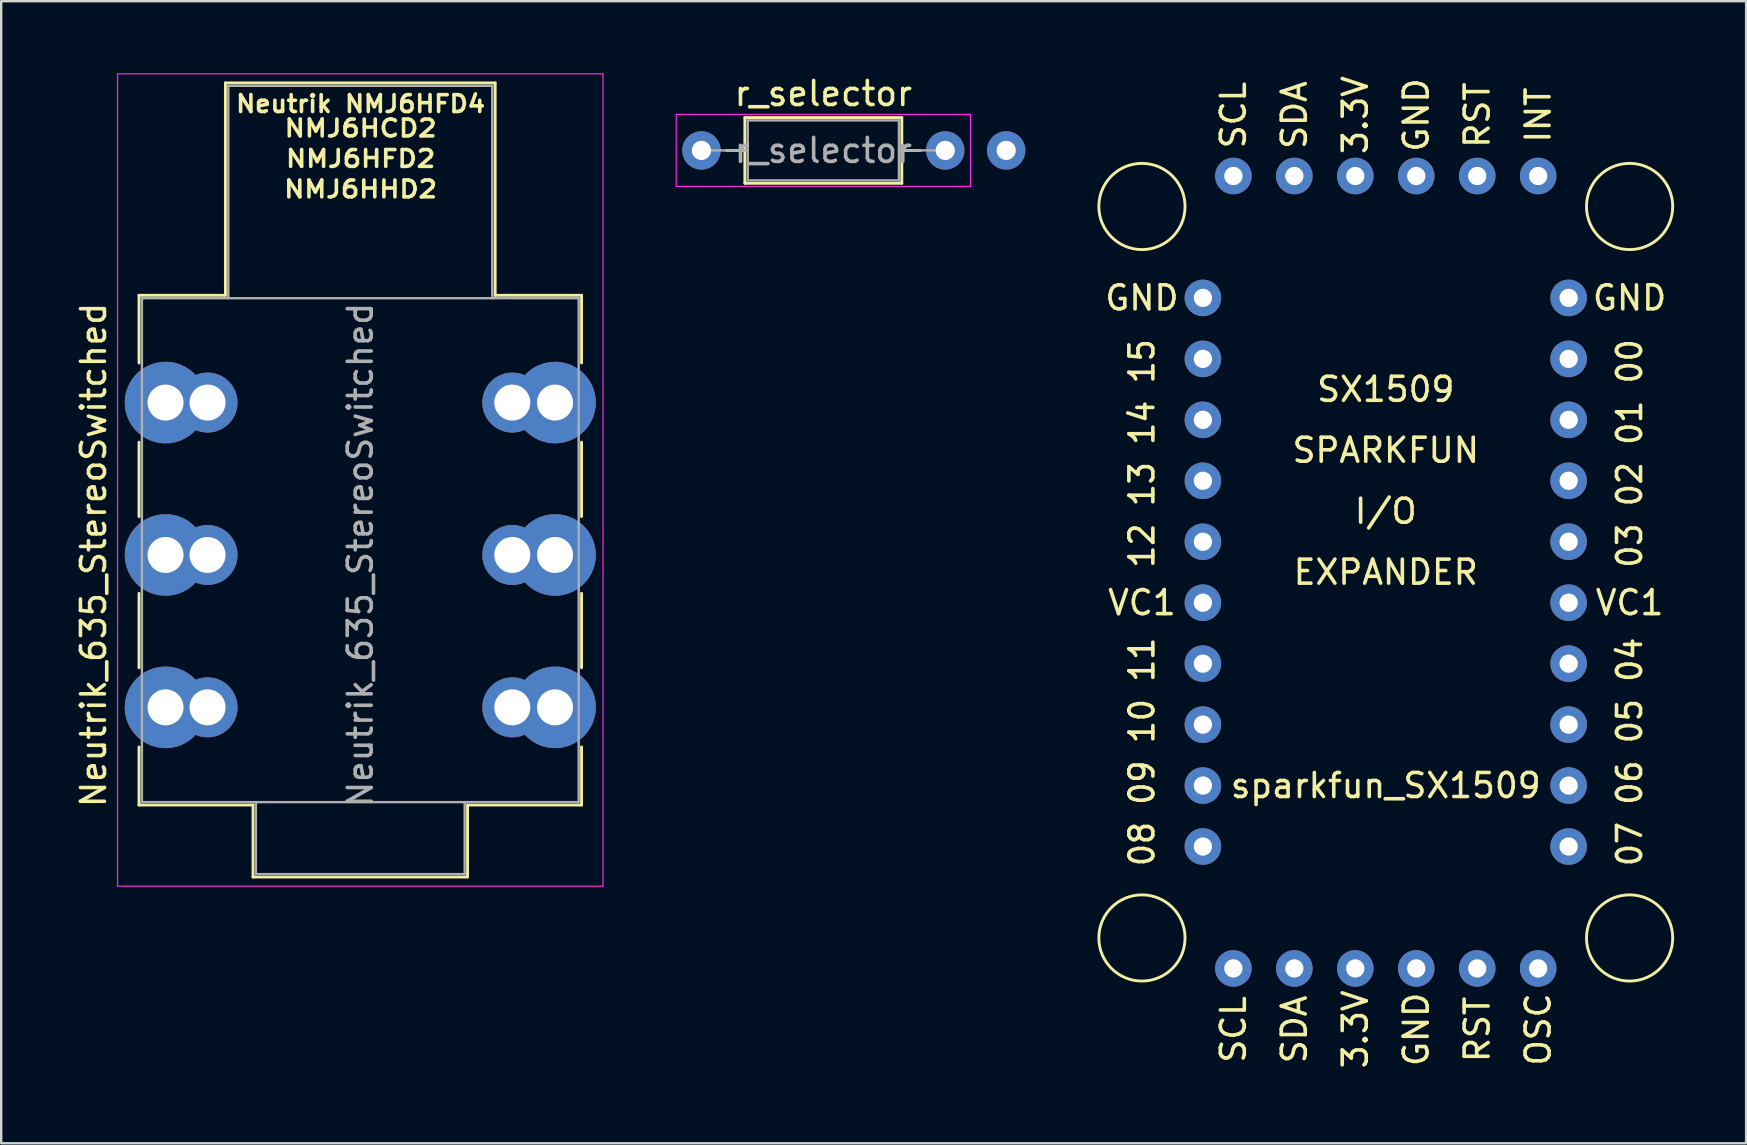
<source format=kicad_pcb>
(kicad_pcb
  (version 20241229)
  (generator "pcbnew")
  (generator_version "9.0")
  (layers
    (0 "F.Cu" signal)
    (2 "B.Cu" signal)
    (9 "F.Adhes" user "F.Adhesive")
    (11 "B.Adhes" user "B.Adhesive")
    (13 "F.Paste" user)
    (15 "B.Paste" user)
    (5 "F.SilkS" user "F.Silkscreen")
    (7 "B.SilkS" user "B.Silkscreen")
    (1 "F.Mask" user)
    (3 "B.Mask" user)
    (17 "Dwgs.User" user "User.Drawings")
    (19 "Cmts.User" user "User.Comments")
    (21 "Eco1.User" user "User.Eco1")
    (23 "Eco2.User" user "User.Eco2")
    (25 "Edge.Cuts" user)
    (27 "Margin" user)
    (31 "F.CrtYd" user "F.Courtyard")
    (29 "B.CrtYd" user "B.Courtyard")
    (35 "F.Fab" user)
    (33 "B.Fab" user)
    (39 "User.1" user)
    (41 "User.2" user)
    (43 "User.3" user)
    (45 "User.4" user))
  (footprint "sparkfun_SX1509"
    (layer "F.Cu")
    (at 53.424 39.844)
    (property "Reference" "sparkfun_SX1509" (at 1.27 -10.16 0) (layer "F.SilkS") (effects (font (size 1 1) (thickness 0.15))))
    (attr through_hole)
    (fp_circle (center -8.89 -34.29) (end -7.62 -33.02) (stroke (width 0.12) (type solid)) (fill no) (layer "F.SilkS"))
    (fp_circle (center -8.89 -3.81) (end -7.62 -2.54) (stroke (width 0.12) (type solid)) (fill no) (layer "F.SilkS"))
    (fp_circle (center 11.43 -34.29) (end 12.7 -33.02) (stroke (width 0.12) (type solid)) (fill no) (layer "F.SilkS"))
    (fp_circle (center 11.43 -3.81) (end 12.7 -2.54) (stroke (width 0.12) (type solid)) (fill no) (layer "F.SilkS"))
    (fp_text user "I/O" (at 1.27 -21.59 0) (layer "F.SilkS") (effects (font (size 1 1) (thickness 0.15))))
    (fp_text user "SCL" (at -5.08 -38.1 90) (layer "F.SilkS") (effects (font (size 1 1) (thickness 0.15))))
    (fp_text user "SPARKFUN" (at 1.27 -24.13 0) (layer "F.SilkS") (effects (font (size 1 1) (thickness 0.15))))
    (fp_text user "INT" (at 7.62 -38.1 90) (layer "F.SilkS") (effects (font (size 1 1) (thickness 0.15))))
    (fp_text user "VC1" (at -8.89 -17.78 0) (layer "F.SilkS") (effects (font (size 1 1) (thickness 0.15))))
    (fp_text user "RST" (at 5.08 0 90) (layer "F.SilkS") (effects (font (size 1 1) (thickness 0.15))))
    (fp_text user "08 09 10 11    12 13 14 15" (at -8.89 -17.78 90) (layer "F.SilkS") (effects (font (size 1 0.96) (thickness 0.15))))
    (fp_text user "07 06 05 04    03 02 01 00" (at 11.43 -17.78 270) (layer "F.SilkS") (effects (font (size 1 0.96) (thickness 0.15))))
    (fp_text user "RST" (at 5.08 -38.1 90) (layer "F.SilkS") (effects (font (size 1 1) (thickness 0.15))))
    (fp_text user "SDA" (at -2.54 -38.1 90) (layer "F.SilkS") (effects (font (size 1 1) (thickness 0.15))))
    (fp_text user "SCL" (at -5.08 0 90) (layer "F.SilkS") (effects (font (size 1 1) (thickness 0.15))))
    (fp_text user "SX1509" (at 1.27 -26.67 0) (layer "F.SilkS") (effects (font (size 1 1) (thickness 0.15))))
    (fp_text user "VC1" (at 11.43 -17.78 0) (layer "F.SilkS") (effects (font (size 1 1) (thickness 0.15))))
    (fp_text user "GND" (at -8.89 -30.48 0) (layer "F.SilkS") (effects (font (size 1 1) (thickness 0.15))))
    (fp_text user "GND" (at 2.54 0 90) (layer "F.SilkS") (effects (font (size 1 1) (thickness 0.15))))
    (fp_text user "SDA" (at -2.54 0 90) (layer "F.SilkS") (effects (font (size 1 1) (thickness 0.15))))
    (fp_text user "GND" (at 11.43 -30.48 0) (layer "F.SilkS") (effects (font (size 1 1) (thickness 0.15))))
    (fp_text user "EXPANDER" (at 1.27 -19.05 0) (layer "F.SilkS") (effects (font (size 1 1) (thickness 0.15))))
    (fp_text user "GND" (at 2.54 -38.1 90) (layer "F.SilkS") (effects (font (size 1 1) (thickness 0.15))))
    (fp_text user "3.3V" (at 0 -38.1 90) (layer "F.SilkS") (effects (font (size 1 1) (thickness 0.15))))
    (fp_text user "3.3V" (at 0 0 90) (layer "F.SilkS") (effects (font (size 1 1) (thickness 0.15))))
    (fp_text user "OSC" (at 7.62 0 90) (layer "F.SilkS") (effects (font (size 1 1) (thickness 0.15))))
    (pad "0" thru_hole circle (at 8.89 -27.94) (size 1.524 1.524) (drill 0.762) (layers "*.Cu" "*.Mask"))
    (pad "1" thru_hole circle (at 8.89 -25.4) (size 1.524 1.524) (drill 0.762) (layers "*.Cu" "*.Mask"))
    (pad "2" thru_hole circle (at 8.89 -22.86) (size 1.524 1.524) (drill 0.762) (layers "*.Cu" "*.Mask"))
    (pad "3" thru_hole circle (at 8.89 -20.32) (size 1.524 1.524) (drill 0.762) (layers "*.Cu" "*.Mask"))
    (pad "4" thru_hole circle (at 8.89 -15.24) (size 1.524 1.524) (drill 0.762) (layers "*.Cu" "*.Mask"))
    (pad "5" thru_hole circle (at 8.89 -12.7) (size 1.524 1.524) (drill 0.762) (layers "*.Cu" "*.Mask"))
    (pad "6" thru_hole circle (at 8.89 -10.16) (size 1.524 1.524) (drill 0.762) (layers "*.Cu" "*.Mask"))
    (pad "7" thru_hole circle (at 8.89 -7.62) (size 1.524 1.524) (drill 0.762) (layers "*.Cu" "*.Mask"))
    (pad "8" thru_hole circle (at -6.35 -7.62) (size 1.524 1.524) (drill 0.762) (layers "*.Cu" "*.Mask"))
    (pad "9" thru_hole circle (at -6.35 -10.16) (size 1.524 1.524) (drill 0.762) (layers "*.Cu" "*.Mask"))
    (pad "10" thru_hole circle (at -6.35 -12.7) (size 1.524 1.524) (drill 0.762) (layers "*.Cu" "*.Mask"))
    (pad "11" thru_hole circle (at -6.35 -15.24) (size 1.524 1.524) (drill 0.762) (layers "*.Cu" "*.Mask"))
    (pad "12" thru_hole circle (at -6.35 -20.32) (size 1.524 1.524) (drill 0.762) (layers "*.Cu" "*.Mask"))
    (pad "13" thru_hole circle (at -6.35 -22.86) (size 1.524 1.524) (drill 0.762) (layers "*.Cu" "*.Mask"))
    (pad "14" thru_hole circle (at -6.35 -25.4) (size 1.524 1.524) (drill 0.762) (layers "*.Cu" "*.Mask"))
    (pad "15" thru_hole circle (at -6.35 -27.94) (size 1.524 1.524) (drill 0.762) (layers "*.Cu" "*.Mask"))
    (pad "21" thru_hole circle (at -5.08 -35.56) (size 1.524 1.524) (drill 0.762) (layers "*.Cu" "*.Mask"))
    (pad "22" thru_hole circle (at -2.54 -35.56) (size 1.524 1.524) (drill 0.762) (layers "*.Cu" "*.Mask"))
    (pad "23" thru_hole circle (at 0 -35.56) (size 1.524 1.524) (drill 0.762) (layers "*.Cu" "*.Mask"))
    (pad "24" thru_hole circle (at 2.54 -35.56) (size 1.524 1.524) (drill 0.762) (layers "*.Cu" "*.Mask"))
    (pad "25" thru_hole circle (at 5.08 -35.56) (size 1.524 1.524) (drill 0.762) (layers "*.Cu" "*.Mask"))
    (pad "26" thru_hole circle (at 7.62 -35.56) (size 1.524 1.524) (drill 0.762) (layers "*.Cu" "*.Mask"))
    (pad "31" thru_hole circle (at -5.08 -2.54) (size 1.524 1.524) (drill 0.762) (layers "*.Cu" "*.Mask"))
    (pad "32" thru_hole circle (at -2.54 -2.54) (size 1.524 1.524) (drill 0.762) (layers "*.Cu" "*.Mask"))
    (pad "33" thru_hole circle (at 0 -2.54) (size 1.524 1.524) (drill 0.762) (layers "*.Cu" "*.Mask"))
    (pad "34" thru_hole circle (at 2.54 -2.54) (size 1.524 1.524) (drill 0.762) (layers "*.Cu" "*.Mask"))
    (pad "35" thru_hole circle (at 5.08 -2.54) (size 1.524 1.524) (drill 0.762) (layers "*.Cu" "*.Mask"))
    (pad "36" thru_hole circle (at 7.62 -2.54) (size 1.524 1.524) (drill 0.762) (layers "*.Cu" "*.Mask"))
    (pad "41" thru_hole circle (at -6.35 -30.48) (size 1.524 1.524) (drill 0.762) (layers "*.Cu" "*.Mask"))
    (pad "42" thru_hole circle (at 8.89 -30.48) (size 1.524 1.524) (drill 0.762) (layers "*.Cu" "*.Mask"))
    (pad "43" thru_hole circle (at -6.35 -17.78) (size 1.524 1.524) (drill 0.762) (layers "*.Cu" "*.Mask"))
    (pad "44" thru_hole circle (at 8.89 -17.78) (size 1.524 1.524) (drill 0.762) (layers "*.Cu" "*.Mask")))
  (footprint "r_selector"
    (layer "F.Cu")
    (at 26.178 3.218)
    (property "Reference" "r_selector" (at 5.08 -2.37 0) (layer "F.SilkS") (effects (font (size 1 1) (thickness 0.15))))
    (attr through_hole)
    (fp_line (start 1.04 0) (end 1.81 0) (stroke (width 0.12) (type solid)) (layer "F.SilkS"))
    (fp_line (start 1.81 -1.37) (end 1.81 1.37) (stroke (width 0.12) (type solid)) (layer "F.SilkS"))
    (fp_line (start 1.81 1.37) (end 8.35 1.37) (stroke (width 0.12) (type solid)) (layer "F.SilkS"))
    (fp_line (start 8.35 -1.37) (end 1.81 -1.37) (stroke (width 0.12) (type solid)) (layer "F.SilkS"))
    (fp_line (start 8.35 1.37) (end 8.35 -1.37) (stroke (width 0.12) (type solid)) (layer "F.SilkS"))
    (fp_line (start 9.12 0) (end 8.35 0) (stroke (width 0.12) (type solid)) (layer "F.SilkS"))
    (fp_line (start -1.05 -1.5) (end -1.05 1.5) (stroke (width 0.05) (type solid)) (layer "F.CrtYd"))
    (fp_line (start -1.05 1.5) (end 11.21 1.5) (stroke (width 0.05) (type solid)) (layer "F.CrtYd"))
    (fp_line (start 11.21 -1.5) (end -1.05 -1.5) (stroke (width 0.05) (type solid)) (layer "F.CrtYd"))
    (fp_line (start 11.21 1.5) (end 11.21 -1.5) (stroke (width 0.05) (type solid)) (layer "F.CrtYd"))
    (fp_line (start 0 0) (end 1.93 0) (stroke (width 0.1) (type solid)) (layer "F.Fab"))
    (fp_line (start 1.93 -1.25) (end 1.93 1.25) (stroke (width 0.1) (type solid)) (layer "F.Fab"))
    (fp_line (start 1.93 1.25) (end 8.23 1.25) (stroke (width 0.1) (type solid)) (layer "F.Fab"))
    (fp_line (start 8.23 -1.25) (end 1.93 -1.25) (stroke (width 0.1) (type solid)) (layer "F.Fab"))
    (fp_line (start 8.23 1.25) (end 8.23 -1.25) (stroke (width 0.1) (type solid)) (layer "F.Fab"))
    (fp_line (start 10.16 0) (end 8.23 0) (stroke (width 0.1) (type solid)) (layer "F.Fab"))
    (fp_text user "${REFERENCE}" (at 5.08 0 0) (layer "F.Fab") (effects (font (size 1 1) (thickness 0.15))))
    (pad "1" thru_hole circle (at 0 0) (size 1.6 1.6) (drill 0.8) (layers "*.Cu" "*.Mask"))
    (pad "2" thru_hole oval (at 10.16 0) (size 1.6 1.6) (drill 0.8) (layers "*.Cu" "*.Mask"))
    (pad "3" thru_hole circle (at 12.7 0) (size 1.6 1.6) (drill 0.8) (layers "*.Cu" "*.Mask")))
  (footprint "Neutrik_635_StereoSwitched"
    (layer "F.Cu")
    (at 3.848 26.425)
    (property "Reference" "Neutrik_635_StereoSwitched" (at -3 -6.35 90) (layer "F.SilkS") (effects (font (size 1 1) (thickness 0.15))))
    (attr through_hole)
    (fp_line (start -1.105 -17.17) (end -1.105 -14.35) (stroke (width 0.12) (type solid)) (layer "F.SilkS"))
    (fp_line (start -1.105 -7.95) (end -1.105 -11.05) (stroke (width 0.12) (type solid)) (layer "F.SilkS"))
    (fp_line (start -1.105 -1.65) (end -1.105 -4.75) (stroke (width 0.12) (type solid)) (layer "F.SilkS"))
    (fp_line (start -1.105 4.07) (end -1.105 1.65) (stroke (width 0.12) (type solid)) (layer "F.SilkS"))
    (fp_line (start 2.495 -17.17) (end -1.105 -17.17) (stroke (width 0.12) (type solid)) (layer "F.SilkS"))
    (fp_line (start 2.495 -17.17) (end 2.495 -26.02) (stroke (width 0.12) (type solid)) (layer "F.SilkS"))
    (fp_line (start 3.645 4.07) (end -1.105 4.07) (stroke (width 0.12) (type solid)) (layer "F.SilkS"))
    (fp_line (start 3.645 7.07) (end 3.645 4.07) (stroke (width 0.12) (type solid)) (layer "F.SilkS"))
    (fp_line (start 12.545 7.07) (end 3.645 7.07) (stroke (width 0.12) (type solid)) (layer "F.SilkS"))
    (fp_line (start 12.585 7.07) (end 12.585 4.07) (stroke (width 0.12) (type solid)) (layer "F.SilkS"))
    (fp_line (start 13.735 -26.02) (end 2.495 -26.02) (stroke (width 0.12) (type solid)) (layer "F.SilkS"))
    (fp_line (start 13.735 -17.17) (end 13.735 -26.02) (stroke (width 0.12) (type solid)) (layer "F.SilkS"))
    (fp_line (start 17.335 -17.17) (end 13.735 -17.17) (stroke (width 0.12) (type solid)) (layer "F.SilkS"))
    (fp_line (start 17.335 -17.17) (end 17.335 -14.35) (stroke (width 0.12) (type solid)) (layer "F.SilkS"))
    (fp_line (start 17.335 -11.05) (end 17.335 -7.95) (stroke (width 0.12) (type solid)) (layer "F.SilkS"))
    (fp_line (start 17.335 -4.75) (end 17.335 -1.65) (stroke (width 0.12) (type solid)) (layer "F.SilkS"))
    (fp_line (start 17.335 1.65) (end 17.335 4.07) (stroke (width 0.12) (type solid)) (layer "F.SilkS"))
    (fp_line (start 17.335 4.07) (end 12.585 4.07) (stroke (width 0.12) (type solid)) (layer "F.SilkS"))
    (fp_line (start -2 -26.4) (end -2 7.45) (stroke (width 0.05) (type solid)) (layer "F.CrtYd"))
    (fp_line (start 18.23 -26.4) (end -2 -26.4) (stroke (width 0.05) (type solid)) (layer "F.CrtYd"))
    (fp_line (start 18.23 7.45) (end -2 7.45) (stroke (width 0.05) (type solid)) (layer "F.CrtYd"))
    (fp_line (start 18.23 7.45) (end 18.23 -26.4) (stroke (width 0.05) (type solid)) (layer "F.CrtYd"))
    (fp_line (start -0.985 -17.05) (end -0.985 3.95) (stroke (width 0.1) (type solid)) (layer "F.Fab"))
    (fp_line (start 2.615 -25.9) (end 2.615 -17.05) (stroke (width 0.1) (type solid)) (layer "F.Fab"))
    (fp_line (start 3.765 6.95) (end 3.765 3.95) (stroke (width 0.1) (type solid)) (layer "F.Fab"))
    (fp_line (start 12.465 6.95) (end 3.765 6.95) (stroke (width 0.1) (type solid)) (layer "F.Fab"))
    (fp_line (start 12.465 6.95) (end 12.465 3.95) (stroke (width 0.1) (type solid)) (layer "F.Fab"))
    (fp_line (start 13.615 -25.9) (end 2.615 -25.9) (stroke (width 0.1) (type solid)) (layer "F.Fab"))
    (fp_line (start 13.615 -25.9) (end 13.615 -17.05) (stroke (width 0.1) (type solid)) (layer "F.Fab"))
    (fp_line (start 17.215 -17.05) (end -0.985 -17.05) (stroke (width 0.1) (type solid)) (layer "F.Fab"))
    (fp_line (start 17.215 -17.05) (end 17.215 3.95) (stroke (width 0.1) (type solid)) (layer "F.Fab"))
    (fp_line (start 17.215 3.95) (end -0.985 3.95) (stroke (width 0.1) (type solid)) (layer "F.Fab"))
    (fp_text user "NMJ6HHD2" (at 8.128 -21.59 0) (layer "F.SilkS") (effects (font (size 0.7 0.8) (thickness 0.15))))
    (fp_text user "NMJ6HFD2" (at 8.128 -22.86 0) (layer "F.SilkS") (effects (font (size 0.7 0.8) (thickness 0.15))))
    (fp_text user "NMJ6HCD2" (at 8.128 -24.13 0) (layer "F.SilkS") (effects (font (size 0.7 0.8) (thickness 0.15))))
    (fp_text user "Neutrik NMJ6HFD4" (at 8.128 -25.146 0) (layer "F.SilkS") (effects (font (size 0.7 0.75) (thickness 0.15))))
    (fp_text user "${REFERENCE}" (at 8.115 -6.35 90) (layer "F.Fab") (effects (font (size 1 1) (thickness 0.15))))
    (pad "R" thru_hole circle (at 0 -6.35 90) (size 3.4 3.4) (drill 1.5) (layers "*.Cu" "*.Mask"))
    (pad "R" thru_hole circle (at 1.75 -6.35) (size 2.5 2.5) (drill 1.5) (layers "*.Cu" "*.Mask"))
    (pad "RN" thru_hole circle (at 14.45 -6.35) (size 2.5 2.5) (drill 1.5) (layers "*.Cu" "*.Mask"))
    (pad "RN" thru_hole circle (at 16.23 -6.35 90) (size 3.4 3.4) (drill 1.5) (layers "*.Cu" "*.Mask"))
    (pad "S" thru_hole circle (at 0 -12.7 90) (size 3.4 3.4) (drill 1.5) (layers "*.Cu" "*.Mask"))
    (pad "S" thru_hole circle (at 1.75 -12.7) (size 2.5 2.5) (drill 1.5) (layers "*.Cu" "*.Mask"))
    (pad "SN" thru_hole circle (at 14.45 -12.7) (size 2.5 2.5) (drill 1.5) (layers "*.Cu" "*.Mask"))
    (pad "SN" thru_hole circle (at 16.23 -12.7 90) (size 3.4 3.4) (drill 1.5) (layers "*.Cu" "*.Mask"))
    (pad "T" thru_hole circle (at 0 0 90) (size 3.4 3.4) (drill 1.5) (layers "*.Cu" "*.Mask"))
    (pad "T" thru_hole circle (at 1.75 0) (size 2.5 2.5) (drill 1.5) (layers "*.Cu" "*.Mask"))
    (pad "TN" thru_hole circle (at 14.45 0) (size 2.5 2.5) (drill 1.5) (layers "*.Cu" "*.Mask"))
    (pad "TN" thru_hole circle (at 16.23 0 90) (size 3.4 3.4) (drill 1.5) (layers "*.Cu" "*.Mask")))
  (gr_rect
    (start -3 -3)
    (end 69.71 44.588)
    (stroke (width 0.1) (type default))
    (fill no)
    (layer "Edge.Cuts")))
</source>
